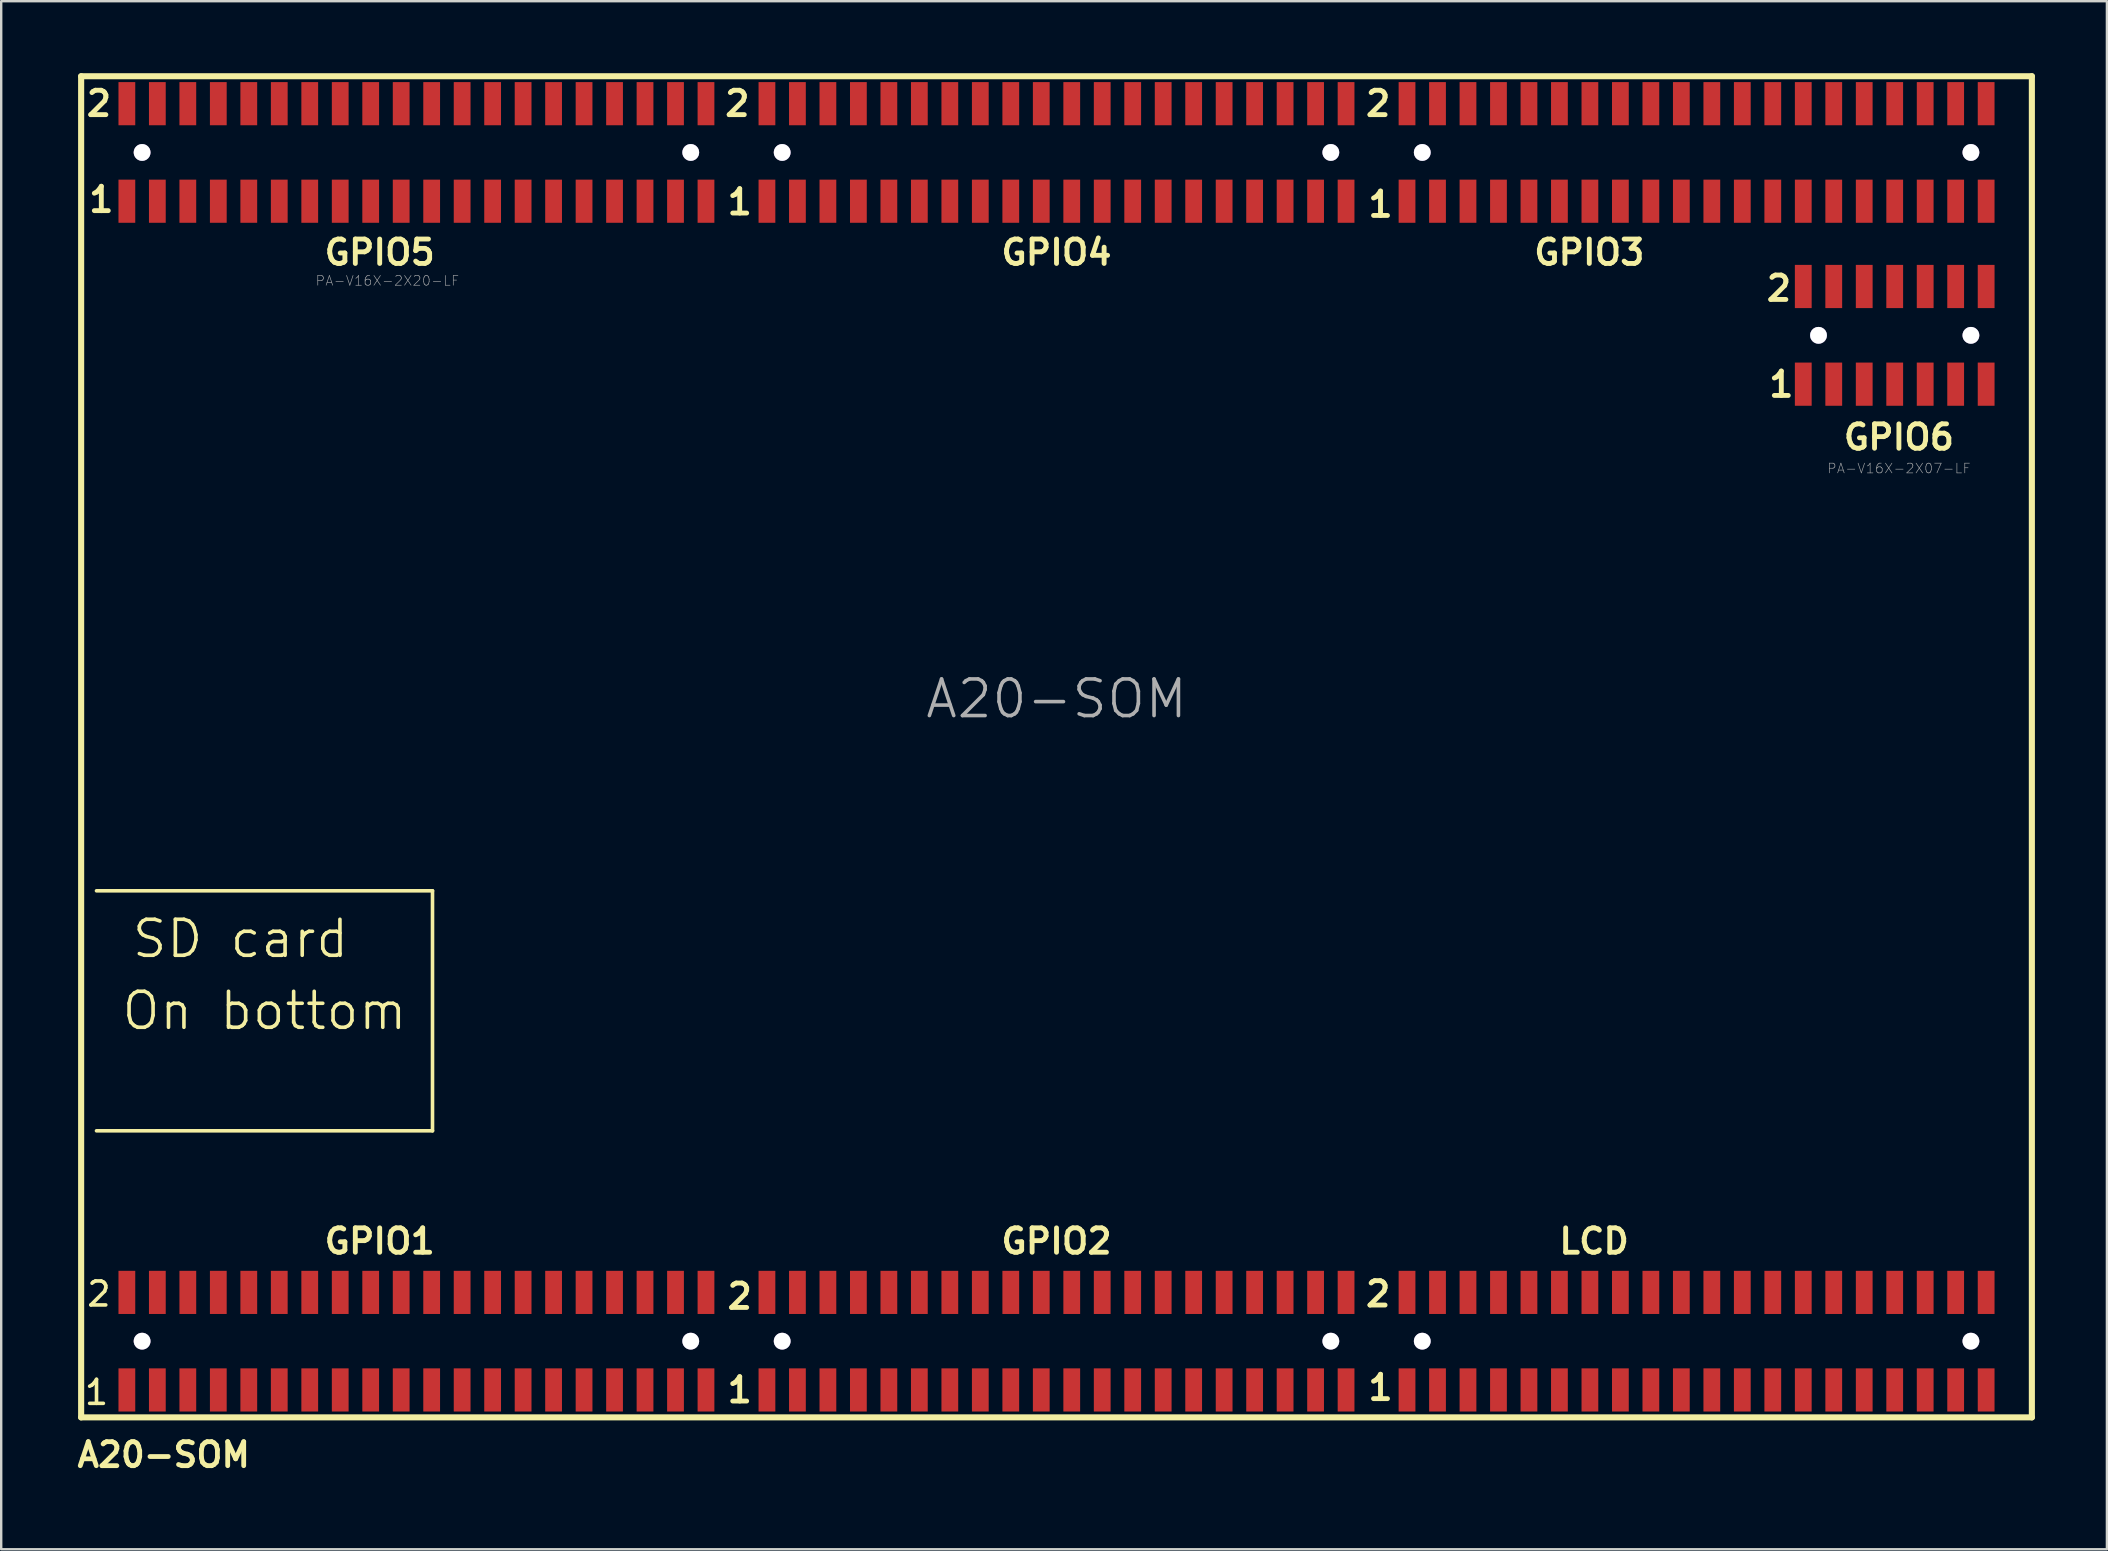
<source format=kicad_pcb>
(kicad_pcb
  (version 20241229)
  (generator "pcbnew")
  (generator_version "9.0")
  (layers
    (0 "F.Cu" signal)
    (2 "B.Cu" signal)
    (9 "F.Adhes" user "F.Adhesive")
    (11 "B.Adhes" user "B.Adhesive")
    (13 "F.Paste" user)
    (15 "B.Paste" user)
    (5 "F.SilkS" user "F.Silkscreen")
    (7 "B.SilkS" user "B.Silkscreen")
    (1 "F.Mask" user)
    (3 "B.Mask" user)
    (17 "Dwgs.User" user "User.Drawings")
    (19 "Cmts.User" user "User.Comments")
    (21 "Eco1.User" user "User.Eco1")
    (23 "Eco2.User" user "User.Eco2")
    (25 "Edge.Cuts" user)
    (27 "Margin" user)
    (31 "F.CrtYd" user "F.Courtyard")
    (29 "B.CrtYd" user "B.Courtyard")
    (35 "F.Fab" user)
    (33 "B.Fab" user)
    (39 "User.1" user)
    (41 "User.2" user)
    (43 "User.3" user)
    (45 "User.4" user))
  (footprint "A20-SOM"
    (layer "F.Cu")
    (at 40.971 28.067)
    (property "Reference" "A20-SOM" (at 0 -2 0) (layer "F.Fab") (effects (font (size 1.524 1.524) (thickness 0.15))))
    (attr smd)
    (fp_line (start -40.64 -27.94) (end 40.64 -27.94) (stroke (width 0.254) (type solid)) (layer "F.SilkS"))
    (fp_line (start -40.64 27.94) (end -40.64 -27.94) (stroke (width 0.254) (type solid)) (layer "F.SilkS"))
    (fp_line (start -40 16) (end -26 16) (stroke (width 0.15) (type solid)) (layer "F.SilkS"))
    (fp_line (start -26 6) (end -40 6) (stroke (width 0.15) (type solid)) (layer "F.SilkS"))
    (fp_line (start -26 16) (end -26 6) (stroke (width 0.15) (type solid)) (layer "F.SilkS"))
    (fp_line (start 40.64 -27.94) (end 40.64 27.94) (stroke (width 0.254) (type solid)) (layer "F.SilkS"))
    (fp_line (start 40.64 27.94) (end -40.64 27.94) (stroke (width 0.254) (type solid)) (layer "F.SilkS"))
    (fp_circle (center -38.1 -24.765) (end -38.273 -24.938) (stroke (width 0.127) (type solid)) (fill no) (layer "F.SilkS"))
    (fp_circle (center -38.1 24.765) (end -38.273 24.938) (stroke (width 0.127) (type solid)) (fill no) (layer "F.SilkS"))
    (fp_circle (center -15.24 -24.765) (end -15.413 -24.938) (stroke (width 0.127) (type solid)) (fill no) (layer "F.SilkS"))
    (fp_circle (center -15.24 24.765) (end -15.413 24.938) (stroke (width 0.127) (type solid)) (fill no) (layer "F.SilkS"))
    (fp_circle (center -11.43 -24.765) (end -11.603 -24.938) (stroke (width 0.127) (type solid)) (fill no) (layer "F.SilkS"))
    (fp_circle (center -11.43 24.765) (end -11.603 24.938) (stroke (width 0.127) (type solid)) (fill no) (layer "F.SilkS"))
    (fp_circle (center 11.43 -24.765) (end 11.603 -24.938) (stroke (width 0.127) (type solid)) (fill no) (layer "F.SilkS"))
    (fp_circle (center 11.43 24.765) (end 11.603 24.938) (stroke (width 0.127) (type solid)) (fill no) (layer "F.SilkS"))
    (fp_circle (center 15.24 -24.765) (end 15.413 -24.938) (stroke (width 0.127) (type solid)) (fill no) (layer "F.SilkS"))
    (fp_circle (center 15.24 24.765) (end 15.413 24.938) (stroke (width 0.127) (type solid)) (fill no) (layer "F.SilkS"))
    (fp_circle (center 31.75 -17.161) (end 31.578 -17.334) (stroke (width 0.127) (type solid)) (fill no) (layer "F.SilkS"))
    (fp_circle (center 38.1 -24.765) (end 38.273 -24.938) (stroke (width 0.127) (type solid)) (fill no) (layer "F.SilkS"))
    (fp_circle (center 38.1 -17.145) (end 37.978 -17.334) (stroke (width 0.127) (type solid)) (fill no) (layer "F.SilkS"))
    (fp_circle (center 38.1 24.765) (end 38.273 24.938) (stroke (width 0.127) (type solid)) (fill no) (layer "F.SilkS"))
    (fp_text user "2" (at -13.2 22.9 0) (layer "F.SilkS") (effects (font (size 1.016 1.016) (thickness 0.203))))
    (fp_text user "1" (at -13.2 -22.7 0) (layer "F.SilkS") (effects (font (size 1.016 1.016) (thickness 0.203))))
    (fp_text user "GPIO2" (at 0 20.6 0) (layer "F.SilkS") (effects (font (size 1.016 1.016) (thickness 0.203))))
    (fp_text user "2" (at 13.4 -26.8 0) (layer "F.SilkS") (effects (font (size 1.016 1.016) (thickness 0.203))))
    (fp_text user "1" (at 13.5 -22.6 0) (layer "F.SilkS") (effects (font (size 1.016 1.016) (thickness 0.203))))
    (fp_text user "A20-SOM" (at -37.2 29.5 0) (layer "F.SilkS") (effects (font (size 1 1) (thickness 0.2))))
    (fp_text user "On bottom" (at -33 11 0) (layer "F.SilkS") (effects (font (size 1.5 1.5) (thickness 0.15))))
    (fp_text user "SD card" (at -34 8 0) (layer "F.SilkS") (effects (font (size 1.5 1.5) (thickness 0.15))))
    (fp_text user "1" (at 30.2 -15.1 0) (layer "F.SilkS") (effects (font (size 1.016 1.016) (thickness 0.203))))
    (fp_text user "GPIO6" (at 35.1 -12.9 0) (layer "F.SilkS") (effects (font (size 1.016 1.016) (thickness 0.203))))
    (fp_text user "1" (at -39.8 -22.8 0) (layer "F.SilkS") (effects (font (size 1.016 1.016) (thickness 0.203))))
    (fp_text user "LCD" (at 22.4 20.6 0) (layer "F.SilkS") (effects (font (size 1.016 1.016) (thickness 0.203))))
    (fp_text user "GPIO1" (at -28.2 20.6 0) (layer "F.SilkS") (effects (font (size 1.016 1.016) (thickness 0.203))))
    (fp_text user "1" (at 13.5 26.7 0) (layer "F.SilkS") (effects (font (size 1.016 1.016) (thickness 0.203))))
    (fp_text user "2" (at -39.9 22.8 0) (layer "F.SilkS") (effects (font (size 1 1) (thickness 0.15))))
    (fp_text user "GPIO4" (at 0 -20.6 0) (layer "F.SilkS") (effects (font (size 1.016 1.016) (thickness 0.203))))
    (fp_text user "1" (at -40 26.9 0) (layer "F.SilkS") (effects (font (size 1 1) (thickness 0.15))))
    (fp_text user "2" (at -39.9 -26.8 0) (layer "F.SilkS") (effects (font (size 1.016 1.016) (thickness 0.203))))
    (fp_text user "2" (at 30.1 -19.1 0) (layer "F.SilkS") (effects (font (size 1.016 1.016) (thickness 0.203))))
    (fp_text user "GPIO5" (at -28.2 -20.6 0) (layer "F.SilkS") (effects (font (size 1.016 1.016) (thickness 0.203))))
    (fp_text user "GPIO3" (at 22.2 -20.6 0) (layer "F.SilkS") (effects (font (size 1.016 1.016) (thickness 0.203))))
    (fp_text user "1" (at -13.2 26.8 0) (layer "F.SilkS") (effects (font (size 1.016 1.016) (thickness 0.203))))
    (fp_text user "2" (at 13.4 22.8 0) (layer "F.SilkS") (effects (font (size 1.016 1.016) (thickness 0.203))))
    (fp_text user "2" (at -13.3 -26.8 0) (layer "F.SilkS") (effects (font (size 1.016 1.016) (thickness 0.203))))
    (fp_text user "PA-V16X-2X20-LF" (at -27.88 -19.42 0) (layer "F.Fab") (effects (font (size 0.406 0.406) (thickness 0.025))))
    (fp_text user "PA-V16X-2X07-LF" (at 35.1 -11.6 0) (layer "F.Fab") (effects (font (size 0.406 0.406) (thickness 0.025))))
    (pad "0" thru_hole circle (at -38.1 -24.765) (size 0.7 0.7) (drill 0.7) (layers "*.Cu"))
    (pad "1" thru_hole circle (at -15.24 -24.765) (size 0.7 0.7) (drill 0.7) (layers "*.Cu"))
    (pad "1-1" smd rect (at -38.735 26.797 270) (size 1.798 0.699) (layers "F.Cu" "F.Mask" "F.Paste"))
    (pad "1-2" smd rect (at -38.735 22.733 270) (size 1.798 0.699) (layers "F.Cu" "F.Mask" "F.Paste"))
    (pad "1-3" smd rect (at -37.465 26.797 270) (size 1.798 0.699) (layers "F.Cu" "F.Mask" "F.Paste"))
    (pad "1-4" smd rect (at -37.465 22.733 270) (size 1.798 0.699) (layers "F.Cu" "F.Mask" "F.Paste"))
    (pad "1-5" smd rect (at -36.195 26.797 270) (size 1.798 0.699) (layers "F.Cu" "F.Mask" "F.Paste"))
    (pad "1-6" smd rect (at -36.195 22.733 270) (size 1.798 0.699) (layers "F.Cu" "F.Mask" "F.Paste"))
    (pad "1-7" smd rect (at -34.925 26.797 270) (size 1.798 0.699) (layers "F.Cu" "F.Mask" "F.Paste"))
    (pad "1-8" smd rect (at -34.925 22.733 270) (size 1.798 0.699) (layers "F.Cu" "F.Mask" "F.Paste"))
    (pad "1-9" smd rect (at -33.655 26.797 270) (size 1.798 0.699) (layers "F.Cu" "F.Mask" "F.Paste"))
    (pad "1-10" smd rect (at -33.655 22.733 270) (size 1.798 0.699) (layers "F.Cu" "F.Mask" "F.Paste"))
    (pad "1-11" smd rect (at -32.385 26.797 270) (size 1.798 0.699) (layers "F.Cu" "F.Mask" "F.Paste"))
    (pad "1-12" smd rect (at -32.385 22.733 270) (size 1.798 0.699) (layers "F.Cu" "F.Mask" "F.Paste"))
    (pad "1-13" smd rect (at -31.115 26.797 90) (size 1.798 0.699) (layers "F.Cu" "F.Mask" "F.Paste"))
    (pad "1-14" smd rect (at -31.115 22.733 90) (size 1.798 0.699) (layers "F.Cu" "F.Mask" "F.Paste"))
    (pad "1-15" smd rect (at -29.845 26.797 90) (size 1.798 0.699) (layers "F.Cu" "F.Mask" "F.Paste"))
    (pad "1-16" smd rect (at -29.845 22.733 90) (size 1.798 0.699) (layers "F.Cu" "F.Mask" "F.Paste"))
    (pad "1-17" smd rect (at -28.575 26.797 90) (size 1.798 0.699) (layers "F.Cu" "F.Mask" "F.Paste"))
    (pad "1-18" smd rect (at -28.575 22.733 90) (size 1.798 0.699) (layers "F.Cu" "F.Mask" "F.Paste"))
    (pad "1-19" smd rect (at -27.305 26.797 90) (size 1.798 0.699) (layers "F.Cu" "F.Mask" "F.Paste"))
    (pad "1-20" smd rect (at -27.305 22.733 90) (size 1.798 0.699) (layers "F.Cu" "F.Mask" "F.Paste"))
    (pad "1-21" smd rect (at -26.035 26.797 90) (size 1.798 0.699) (layers "F.Cu" "F.Mask" "F.Paste"))
    (pad "1-22" smd rect (at -26.035 22.733 90) (size 1.798 0.699) (layers "F.Cu" "F.Mask" "F.Paste"))
    (pad "1-23" smd rect (at -24.765 26.797 90) (size 1.798 0.699) (layers "F.Cu" "F.Mask" "F.Paste"))
    (pad "1-24" smd rect (at -24.765 22.733 90) (size 1.798 0.699) (layers "F.Cu" "F.Mask" "F.Paste"))
    (pad "1-25" smd rect (at -23.495 26.797 90) (size 1.798 0.699) (layers "F.Cu" "F.Mask" "F.Paste"))
    (pad "1-26" smd rect (at -23.495 22.733 90) (size 1.798 0.699) (layers "F.Cu" "F.Mask" "F.Paste"))
    (pad "1-27" smd rect (at -22.225 26.797 90) (size 1.798 0.699) (layers "F.Cu" "F.Mask" "F.Paste"))
    (pad "1-28" smd rect (at -22.225 22.733 90) (size 1.798 0.699) (layers "F.Cu" "F.Mask" "F.Paste"))
    (pad "1-29" smd rect (at -20.955 26.797 90) (size 1.798 0.699) (layers "F.Cu" "F.Mask" "F.Paste"))
    (pad "1-30" smd rect (at -20.955 22.733 90) (size 1.798 0.699) (layers "F.Cu" "F.Mask" "F.Paste"))
    (pad "1-31" smd rect (at -19.685 26.797 90) (size 1.798 0.699) (layers "F.Cu" "F.Mask" "F.Paste"))
    (pad "1-32" smd rect (at -19.685 22.733 90) (size 1.798 0.699) (layers "F.Cu" "F.Mask" "F.Paste"))
    (pad "1-33" smd rect (at -18.415 26.797 90) (size 1.798 0.699) (layers "F.Cu" "F.Mask" "F.Paste"))
    (pad "1-34" smd rect (at -18.415 22.733 90) (size 1.798 0.699) (layers "F.Cu" "F.Mask" "F.Paste"))
    (pad "1-35" smd rect (at -17.145 26.797 90) (size 1.798 0.699) (layers "F.Cu" "F.Mask" "F.Paste"))
    (pad "1-36" smd rect (at -17.145 22.733 90) (size 1.798 0.699) (layers "F.Cu" "F.Mask" "F.Paste"))
    (pad "1-37" smd rect (at -15.875 26.797 90) (size 1.798 0.699) (layers "F.Cu" "F.Mask" "F.Paste"))
    (pad "1-38" smd rect (at -15.875 22.733 90) (size 1.798 0.699) (layers "F.Cu" "F.Mask" "F.Paste"))
    (pad "1-39" smd rect (at -14.605 26.797 90) (size 1.798 0.699) (layers "F.Cu" "F.Mask" "F.Paste"))
    (pad "1-40" smd rect (at -14.605 22.733 90) (size 1.798 0.699) (layers "F.Cu" "F.Mask" "F.Paste"))
    (pad "2" thru_hole circle (at -11.43 -24.765) (size 0.7 0.7) (drill 0.7) (layers "*.Cu"))
    (pad "2-1" smd rect (at -12.065 26.797 270) (size 1.798 0.699) (layers "F.Cu" "F.Mask" "F.Paste"))
    (pad "2-2" smd rect (at -12.065 22.733 270) (size 1.798 0.699) (layers "F.Cu" "F.Mask" "F.Paste"))
    (pad "2-3" smd rect (at -10.795 26.797 270) (size 1.798 0.699) (layers "F.Cu" "F.Mask" "F.Paste"))
    (pad "2-4" smd rect (at -10.795 22.733 270) (size 1.798 0.699) (layers "F.Cu" "F.Mask" "F.Paste"))
    (pad "2-5" smd rect (at -9.525 26.797 270) (size 1.798 0.699) (layers "F.Cu" "F.Mask" "F.Paste"))
    (pad "2-6" smd rect (at -9.525 22.733 270) (size 1.798 0.699) (layers "F.Cu" "F.Mask" "F.Paste"))
    (pad "2-7" smd rect (at -8.255 26.797 270) (size 1.798 0.699) (layers "F.Cu" "F.Mask" "F.Paste"))
    (pad "2-8" smd rect (at -8.255 22.733 270) (size 1.798 0.699) (layers "F.Cu" "F.Mask" "F.Paste"))
    (pad "2-9" smd rect (at -6.985 26.797 270) (size 1.798 0.699) (layers "F.Cu" "F.Mask" "F.Paste"))
    (pad "2-10" smd rect (at -6.985 22.733 270) (size 1.798 0.699) (layers "F.Cu" "F.Mask" "F.Paste"))
    (pad "2-11" smd rect (at -5.715 26.797 270) (size 1.798 0.699) (layers "F.Cu" "F.Mask" "F.Paste"))
    (pad "2-12" smd rect (at -5.715 22.733 270) (size 1.798 0.699) (layers "F.Cu" "F.Mask" "F.Paste"))
    (pad "2-13" smd rect (at -4.445 26.797 90) (size 1.798 0.699) (layers "F.Cu" "F.Mask" "F.Paste"))
    (pad "2-14" smd rect (at -4.445 22.733 90) (size 1.798 0.699) (layers "F.Cu" "F.Mask" "F.Paste"))
    (pad "2-15" smd rect (at -3.175 26.797 90) (size 1.798 0.699) (layers "F.Cu" "F.Mask" "F.Paste"))
    (pad "2-16" smd rect (at -3.175 22.733 90) (size 1.798 0.699) (layers "F.Cu" "F.Mask" "F.Paste"))
    (pad "2-17" smd rect (at -1.905 26.797 90) (size 1.798 0.699) (layers "F.Cu" "F.Mask" "F.Paste"))
    (pad "2-18" smd rect (at -1.905 22.733 90) (size 1.798 0.699) (layers "F.Cu" "F.Mask" "F.Paste"))
    (pad "2-19" smd rect (at -0.635 26.797 90) (size 1.798 0.699) (layers "F.Cu" "F.Mask" "F.Paste"))
    (pad "2-20" smd rect (at -0.635 22.733 90) (size 1.798 0.699) (layers "F.Cu" "F.Mask" "F.Paste"))
    (pad "2-21" smd rect (at 0.635 26.797 90) (size 1.798 0.699) (layers "F.Cu" "F.Mask" "F.Paste"))
    (pad "2-22" smd rect (at 0.635 22.733 90) (size 1.798 0.699) (layers "F.Cu" "F.Mask" "F.Paste"))
    (pad "2-23" smd rect (at 1.905 26.797 90) (size 1.798 0.699) (layers "F.Cu" "F.Mask" "F.Paste"))
    (pad "2-24" smd rect (at 1.905 22.733 90) (size 1.798 0.699) (layers "F.Cu" "F.Mask" "F.Paste"))
    (pad "2-25" smd rect (at 3.175 26.797 90) (size 1.798 0.699) (layers "F.Cu" "F.Mask" "F.Paste"))
    (pad "2-26" smd rect (at 3.175 22.733 90) (size 1.798 0.699) (layers "F.Cu" "F.Mask" "F.Paste"))
    (pad "2-27" smd rect (at 4.445 26.797 90) (size 1.798 0.699) (layers "F.Cu" "F.Mask" "F.Paste"))
    (pad "2-28" smd rect (at 4.445 22.733 90) (size 1.798 0.699) (layers "F.Cu" "F.Mask" "F.Paste"))
    (pad "2-29" smd rect (at 5.715 26.797 90) (size 1.798 0.699) (layers "F.Cu" "F.Mask" "F.Paste"))
    (pad "2-30" smd rect (at 5.715 22.733 90) (size 1.798 0.699) (layers "F.Cu" "F.Mask" "F.Paste"))
    (pad "2-31" smd rect (at 6.985 26.797 90) (size 1.798 0.699) (layers "F.Cu" "F.Mask" "F.Paste"))
    (pad "2-32" smd rect (at 6.985 22.733 90) (size 1.798 0.699) (layers "F.Cu" "F.Mask" "F.Paste"))
    (pad "2-33" smd rect (at 8.255 26.797 90) (size 1.798 0.699) (layers "F.Cu" "F.Mask" "F.Paste"))
    (pad "2-34" smd rect (at 8.255 22.733 90) (size 1.798 0.699) (layers "F.Cu" "F.Mask" "F.Paste"))
    (pad "2-35" smd rect (at 9.525 26.797 90) (size 1.798 0.699) (layers "F.Cu" "F.Mask" "F.Paste"))
    (pad "2-36" smd rect (at 9.525 22.733 90) (size 1.798 0.699) (layers "F.Cu" "F.Mask" "F.Paste"))
    (pad "2-37" smd rect (at 10.795 26.797 90) (size 1.798 0.699) (layers "F.Cu" "F.Mask" "F.Paste"))
    (pad "2-38" smd rect (at 10.795 22.733 90) (size 1.798 0.699) (layers "F.Cu" "F.Mask" "F.Paste"))
    (pad "2-39" smd rect (at 12.065 26.797 90) (size 1.798 0.699) (layers "F.Cu" "F.Mask" "F.Paste"))
    (pad "2-40" smd rect (at 12.065 22.733 90) (size 1.798 0.699) (layers "F.Cu" "F.Mask" "F.Paste"))
    (pad "3" thru_hole circle (at 11.43 -24.765) (size 0.7 0.7) (drill 0.7) (layers "*.Cu"))
    (pad "3-1" smd rect (at 14.605 -22.733 270) (size 1.798 0.699) (layers "F.Cu" "F.Mask" "F.Paste"))
    (pad "3-2" smd rect (at 14.605 -26.797 270) (size 1.798 0.699) (layers "F.Cu" "F.Mask" "F.Paste"))
    (pad "3-3" smd rect (at 15.875 -22.733 270) (size 1.798 0.699) (layers "F.Cu" "F.Mask" "F.Paste"))
    (pad "3-4" smd rect (at 15.875 -26.797 270) (size 1.798 0.699) (layers "F.Cu" "F.Mask" "F.Paste"))
    (pad "3-5" smd rect (at 17.145 -22.733 270) (size 1.798 0.699) (layers "F.Cu" "F.Mask" "F.Paste"))
    (pad "3-6" smd rect (at 17.145 -26.797 270) (size 1.798 0.699) (layers "F.Cu" "F.Mask" "F.Paste"))
    (pad "3-7" smd rect (at 18.415 -22.733 270) (size 1.798 0.699) (layers "F.Cu" "F.Mask" "F.Paste"))
    (pad "3-8" smd rect (at 18.415 -26.797 270) (size 1.798 0.699) (layers "F.Cu" "F.Mask" "F.Paste"))
    (pad "3-9" smd rect (at 19.685 -22.733 270) (size 1.798 0.699) (layers "F.Cu" "F.Mask" "F.Paste"))
    (pad "3-10" smd rect (at 19.685 -26.797 270) (size 1.798 0.699) (layers "F.Cu" "F.Mask" "F.Paste"))
    (pad "3-11" smd rect (at 20.955 -22.733 270) (size 1.798 0.699) (layers "F.Cu" "F.Mask" "F.Paste"))
    (pad "3-12" smd rect (at 20.955 -26.797 270) (size 1.798 0.699) (layers "F.Cu" "F.Mask" "F.Paste"))
    (pad "3-13" smd rect (at 22.225 -22.733 90) (size 1.798 0.699) (layers "F.Cu" "F.Mask" "F.Paste"))
    (pad "3-14" smd rect (at 22.225 -26.797 90) (size 1.798 0.699) (layers "F.Cu" "F.Mask" "F.Paste"))
    (pad "3-15" smd rect (at 23.495 -22.733 90) (size 1.798 0.699) (layers "F.Cu" "F.Mask" "F.Paste"))
    (pad "3-16" smd rect (at 23.495 -26.797 90) (size 1.798 0.699) (layers "F.Cu" "F.Mask" "F.Paste"))
    (pad "3-17" smd rect (at 24.765 -22.733 90) (size 1.798 0.699) (layers "F.Cu" "F.Mask" "F.Paste"))
    (pad "3-18" smd rect (at 24.765 -26.797 90) (size 1.798 0.699) (layers "F.Cu" "F.Mask" "F.Paste"))
    (pad "3-19" smd rect (at 26.035 -22.733 90) (size 1.798 0.699) (layers "F.Cu" "F.Mask" "F.Paste"))
    (pad "3-20" smd rect (at 26.035 -26.797 90) (size 1.798 0.699) (layers "F.Cu" "F.Mask" "F.Paste"))
    (pad "3-21" smd rect (at 27.305 -22.733 90) (size 1.798 0.699) (layers "F.Cu" "F.Mask" "F.Paste"))
    (pad "3-22" smd rect (at 27.305 -26.797 90) (size 1.798 0.699) (layers "F.Cu" "F.Mask" "F.Paste"))
    (pad "3-23" smd rect (at 28.575 -22.733 90) (size 1.798 0.699) (layers "F.Cu" "F.Mask" "F.Paste"))
    (pad "3-24" smd rect (at 28.575 -26.797 90) (size 1.798 0.699) (layers "F.Cu" "F.Mask" "F.Paste"))
    (pad "3-25" smd rect (at 29.845 -22.733 90) (size 1.798 0.699) (layers "F.Cu" "F.Mask" "F.Paste"))
    (pad "3-26" smd rect (at 29.845 -26.797 90) (size 1.798 0.699) (layers "F.Cu" "F.Mask" "F.Paste"))
    (pad "3-27" smd rect (at 31.115 -22.733 90) (size 1.798 0.699) (layers "F.Cu" "F.Mask" "F.Paste"))
    (pad "3-28" smd rect (at 31.115 -26.797 90) (size 1.798 0.699) (layers "F.Cu" "F.Mask" "F.Paste"))
    (pad "3-29" smd rect (at 32.385 -22.733 90) (size 1.798 0.699) (layers "F.Cu" "F.Mask" "F.Paste"))
    (pad "3-30" smd rect (at 32.385 -26.797 90) (size 1.798 0.699) (layers "F.Cu" "F.Mask" "F.Paste"))
    (pad "3-31" smd rect (at 33.655 -22.733 90) (size 1.798 0.699) (layers "F.Cu" "F.Mask" "F.Paste"))
    (pad "3-32" smd rect (at 33.655 -26.797 90) (size 1.798 0.699) (layers "F.Cu" "F.Mask" "F.Paste"))
    (pad "3-33" smd rect (at 34.925 -22.733 90) (size 1.798 0.699) (layers "F.Cu" "F.Mask" "F.Paste"))
    (pad "3-34" smd rect (at 34.925 -26.797 90) (size 1.798 0.699) (layers "F.Cu" "F.Mask" "F.Paste"))
    (pad "3-35" smd rect (at 36.195 -22.733 90) (size 1.798 0.699) (layers "F.Cu" "F.Mask" "F.Paste"))
    (pad "3-36" smd rect (at 36.195 -26.797 90) (size 1.798 0.699) (layers "F.Cu" "F.Mask" "F.Paste"))
    (pad "3-37" smd rect (at 37.465 -22.733 90) (size 1.798 0.699) (layers "F.Cu" "F.Mask" "F.Paste"))
    (pad "3-38" smd rect (at 37.465 -26.797 90) (size 1.798 0.699) (layers "F.Cu" "F.Mask" "F.Paste"))
    (pad "3-39" smd rect (at 38.735 -22.733 90) (size 1.798 0.699) (layers "F.Cu" "F.Mask" "F.Paste"))
    (pad "3-40" smd rect (at 38.735 -26.797 90) (size 1.798 0.699) (layers "F.Cu" "F.Mask" "F.Paste"))
    (pad "4" thru_hole circle (at 15.24 -24.765) (size 0.7 0.7) (drill 0.7) (layers "*.Cu"))
    (pad "4-1" smd rect (at -12.065 -22.733 270) (size 1.798 0.699) (layers "F.Cu" "F.Mask" "F.Paste"))
    (pad "4-2" smd rect (at -12.065 -26.797 270) (size 1.798 0.699) (layers "F.Cu" "F.Mask" "F.Paste"))
    (pad "4-3" smd rect (at -10.795 -22.733 270) (size 1.798 0.699) (layers "F.Cu" "F.Mask" "F.Paste"))
    (pad "4-4" smd rect (at -10.795 -26.797 270) (size 1.798 0.699) (layers "F.Cu" "F.Mask" "F.Paste"))
    (pad "4-5" smd rect (at -9.525 -22.733 270) (size 1.798 0.699) (layers "F.Cu" "F.Mask" "F.Paste"))
    (pad "4-6" smd rect (at -9.525 -26.797 270) (size 1.798 0.699) (layers "F.Cu" "F.Mask" "F.Paste"))
    (pad "4-7" smd rect (at -8.255 -22.733 270) (size 1.798 0.699) (layers "F.Cu" "F.Mask" "F.Paste"))
    (pad "4-8" smd rect (at -8.255 -26.797 270) (size 1.798 0.699) (layers "F.Cu" "F.Mask" "F.Paste"))
    (pad "4-9" smd rect (at -6.985 -22.733 270) (size 1.798 0.699) (layers "F.Cu" "F.Mask" "F.Paste"))
    (pad "4-10" smd rect (at -6.985 -26.797 270) (size 1.798 0.699) (layers "F.Cu" "F.Mask" "F.Paste"))
    (pad "4-11" smd rect (at -5.715 -22.733 270) (size 1.798 0.699) (layers "F.Cu" "F.Mask" "F.Paste"))
    (pad "4-12" smd rect (at -5.715 -26.797 270) (size 1.798 0.699) (layers "F.Cu" "F.Mask" "F.Paste"))
    (pad "4-13" smd rect (at -4.445 -22.733 90) (size 1.798 0.699) (layers "F.Cu" "F.Mask" "F.Paste"))
    (pad "4-14" smd rect (at -4.445 -26.797 90) (size 1.798 0.699) (layers "F.Cu" "F.Mask" "F.Paste"))
    (pad "4-15" smd rect (at -3.175 -22.733 90) (size 1.798 0.699) (layers "F.Cu" "F.Mask" "F.Paste"))
    (pad "4-16" smd rect (at -3.175 -26.797 90) (size 1.798 0.699) (layers "F.Cu" "F.Mask" "F.Paste"))
    (pad "4-17" smd rect (at -1.905 -22.733 90) (size 1.798 0.699) (layers "F.Cu" "F.Mask" "F.Paste"))
    (pad "4-18" smd rect (at -1.905 -26.797 90) (size 1.798 0.699) (layers "F.Cu" "F.Mask" "F.Paste"))
    (pad "4-19" smd rect (at -0.635 -22.733 90) (size 1.798 0.699) (layers "F.Cu" "F.Mask" "F.Paste"))
    (pad "4-20" smd rect (at -0.635 -26.797 90) (size 1.798 0.699) (layers "F.Cu" "F.Mask" "F.Paste"))
    (pad "4-21" smd rect (at 0.635 -22.733 90) (size 1.798 0.699) (layers "F.Cu" "F.Mask" "F.Paste"))
    (pad "4-22" smd rect (at 0.635 -26.797 90) (size 1.798 0.699) (layers "F.Cu" "F.Mask" "F.Paste"))
    (pad "4-23" smd rect (at 1.905 -22.733 90) (size 1.798 0.699) (layers "F.Cu" "F.Mask" "F.Paste"))
    (pad "4-24" smd rect (at 1.905 -26.797 90) (size 1.798 0.699) (layers "F.Cu" "F.Mask" "F.Paste"))
    (pad "4-25" smd rect (at 3.175 -22.733 90) (size 1.798 0.699) (layers "F.Cu" "F.Mask" "F.Paste"))
    (pad "4-26" smd rect (at 3.175 -26.797 90) (size 1.798 0.699) (layers "F.Cu" "F.Mask" "F.Paste"))
    (pad "4-27" smd rect (at 4.445 -22.733 90) (size 1.798 0.699) (layers "F.Cu" "F.Mask" "F.Paste"))
    (pad "4-28" smd rect (at 4.445 -26.797 90) (size 1.798 0.699) (layers "F.Cu" "F.Mask" "F.Paste"))
    (pad "4-29" smd rect (at 5.715 -22.733 90) (size 1.798 0.699) (layers "F.Cu" "F.Mask" "F.Paste"))
    (pad "4-30" smd rect (at 5.715 -26.797 90) (size 1.798 0.699) (layers "F.Cu" "F.Mask" "F.Paste"))
    (pad "4-31" smd rect (at 6.985 -22.733 90) (size 1.798 0.699) (layers "F.Cu" "F.Mask" "F.Paste"))
    (pad "4-32" smd rect (at 6.985 -26.797 90) (size 1.798 0.699) (layers "F.Cu" "F.Mask" "F.Paste"))
    (pad "4-33" smd rect (at 8.255 -22.733 90) (size 1.798 0.699) (layers "F.Cu" "F.Mask" "F.Paste"))
    (pad "4-34" smd rect (at 8.255 -26.797 90) (size 1.798 0.699) (layers "F.Cu" "F.Mask" "F.Paste"))
    (pad "4-35" smd rect (at 9.525 -22.733 90) (size 1.798 0.699) (layers "F.Cu" "F.Mask" "F.Paste"))
    (pad "4-36" smd rect (at 9.525 -26.797 90) (size 1.798 0.699) (layers "F.Cu" "F.Mask" "F.Paste"))
    (pad "4-37" smd rect (at 10.795 -22.733 90) (size 1.798 0.699) (layers "F.Cu" "F.Mask" "F.Paste"))
    (pad "4-38" smd rect (at 10.795 -26.797 90) (size 1.798 0.699) (layers "F.Cu" "F.Mask" "F.Paste"))
    (pad "4-39" smd rect (at 12.065 -22.733 90) (size 1.798 0.699) (layers "F.Cu" "F.Mask" "F.Paste"))
    (pad "4-40" smd rect (at 12.065 -26.797 90) (size 1.798 0.699) (layers "F.Cu" "F.Mask" "F.Paste"))
    (pad "5" thru_hole circle (at 38.1 -24.765) (size 0.7 0.7) (drill 0.7) (layers "*.Cu"))
    (pad "5-1" smd rect (at -38.735 -22.733 270) (size 1.798 0.699) (layers "F.Cu" "F.Mask" "F.Paste"))
    (pad "5-2" smd rect (at -38.735 -26.797 270) (size 1.798 0.699) (layers "F.Cu" "F.Mask" "F.Paste"))
    (pad "5-3" smd rect (at -37.465 -22.733 270) (size 1.798 0.699) (layers "F.Cu" "F.Mask" "F.Paste"))
    (pad "5-4" smd rect (at -37.465 -26.797 270) (size 1.798 0.699) (layers "F.Cu" "F.Mask" "F.Paste"))
    (pad "5-5" smd rect (at -36.195 -22.733 270) (size 1.798 0.699) (layers "F.Cu" "F.Mask" "F.Paste"))
    (pad "5-6" smd rect (at -36.195 -26.797 270) (size 1.798 0.699) (layers "F.Cu" "F.Mask" "F.Paste"))
    (pad "5-7" smd rect (at -34.925 -22.733 270) (size 1.798 0.699) (layers "F.Cu" "F.Mask" "F.Paste"))
    (pad "5-8" smd rect (at -34.925 -26.797 270) (size 1.798 0.699) (layers "F.Cu" "F.Mask" "F.Paste"))
    (pad "5-9" smd rect (at -33.655 -22.733 270) (size 1.798 0.699) (layers "F.Cu" "F.Mask" "F.Paste"))
    (pad "5-10" smd rect (at -33.655 -26.797 270) (size 1.798 0.699) (layers "F.Cu" "F.Mask" "F.Paste"))
    (pad "5-11" smd rect (at -32.385 -22.733 270) (size 1.798 0.699) (layers "F.Cu" "F.Mask" "F.Paste"))
    (pad "5-12" smd rect (at -32.385 -26.797 270) (size 1.798 0.699) (layers "F.Cu" "F.Mask" "F.Paste"))
    (pad "5-13" smd rect (at -31.115 -22.733 90) (size 1.798 0.699) (layers "F.Cu" "F.Mask" "F.Paste"))
    (pad "5-14" smd rect (at -31.115 -26.797 90) (size 1.798 0.699) (layers "F.Cu" "F.Mask" "F.Paste"))
    (pad "5-15" smd rect (at -29.845 -22.733 90) (size 1.798 0.699) (layers "F.Cu" "F.Mask" "F.Paste"))
    (pad "5-16" smd rect (at -29.845 -26.797 90) (size 1.798 0.699) (layers "F.Cu" "F.Mask" "F.Paste"))
    (pad "5-17" smd rect (at -28.575 -22.733 90) (size 1.798 0.699) (layers "F.Cu" "F.Mask" "F.Paste"))
    (pad "5-18" smd rect (at -28.575 -26.797 90) (size 1.798 0.699) (layers "F.Cu" "F.Mask" "F.Paste"))
    (pad "5-19" smd rect (at -27.305 -22.733 90) (size 1.798 0.699) (layers "F.Cu" "F.Mask" "F.Paste"))
    (pad "5-20" smd rect (at -27.305 -26.797 90) (size 1.798 0.699) (layers "F.Cu" "F.Mask" "F.Paste"))
    (pad "5-21" smd rect (at -26.035 -22.733 90) (size 1.798 0.699) (layers "F.Cu" "F.Mask" "F.Paste"))
    (pad "5-22" smd rect (at -26.035 -26.797 90) (size 1.798 0.699) (layers "F.Cu" "F.Mask" "F.Paste"))
    (pad "5-23" smd rect (at -24.765 -22.733 90) (size 1.798 0.699) (layers "F.Cu" "F.Mask" "F.Paste"))
    (pad "5-24" smd rect (at -24.765 -26.797 90) (size 1.798 0.699) (layers "F.Cu" "F.Mask" "F.Paste"))
    (pad "5-25" smd rect (at -23.495 -22.733 90) (size 1.798 0.699) (layers "F.Cu" "F.Mask" "F.Paste"))
    (pad "5-26" smd rect (at -23.495 -26.797 90) (size 1.798 0.699) (layers "F.Cu" "F.Mask" "F.Paste"))
    (pad "5-27" smd rect (at -22.225 -22.733 90) (size 1.798 0.699) (layers "F.Cu" "F.Mask" "F.Paste"))
    (pad "5-28" smd rect (at -22.225 -26.797 90) (size 1.798 0.699) (layers "F.Cu" "F.Mask" "F.Paste"))
    (pad "5-29" smd rect (at -20.955 -22.733 90) (size 1.798 0.699) (layers "F.Cu" "F.Mask" "F.Paste"))
    (pad "5-30" smd rect (at -20.955 -26.797 90) (size 1.798 0.699) (layers "F.Cu" "F.Mask" "F.Paste"))
    (pad "5-31" smd rect (at -19.685 -22.733 90) (size 1.798 0.699) (layers "F.Cu" "F.Mask" "F.Paste"))
    (pad "5-32" smd rect (at -19.685 -26.797 90) (size 1.798 0.699) (layers "F.Cu" "F.Mask" "F.Paste"))
    (pad "5-33" smd rect (at -18.415 -22.733 90) (size 1.798 0.699) (layers "F.Cu" "F.Mask" "F.Paste"))
    (pad "5-34" smd rect (at -18.415 -26.797 90) (size 1.798 0.699) (layers "F.Cu" "F.Mask" "F.Paste"))
    (pad "5-35" smd rect (at -17.145 -22.733 90) (size 1.798 0.699) (layers "F.Cu" "F.Mask" "F.Paste"))
    (pad "5-36" smd rect (at -17.145 -26.797 90) (size 1.798 0.699) (layers "F.Cu" "F.Mask" "F.Paste"))
    (pad "5-37" smd rect (at -15.875 -22.733 90) (size 1.798 0.699) (layers "F.Cu" "F.Mask" "F.Paste"))
    (pad "5-38" smd rect (at -15.875 -26.797 90) (size 1.798 0.699) (layers "F.Cu" "F.Mask" "F.Paste"))
    (pad "5-39" smd rect (at -14.605 -22.733 90) (size 1.798 0.699) (layers "F.Cu" "F.Mask" "F.Paste"))
    (pad "5-40" smd rect (at -14.605 -26.797 90) (size 1.798 0.699) (layers "F.Cu" "F.Mask" "F.Paste"))
    (pad "6" thru_hole circle (at -38.1 24.765) (size 0.7 0.7) (drill 0.7) (layers "*.Cu"))
    (pad "6-1" smd rect (at 14.605 26.797 270) (size 1.798 0.699) (layers "F.Cu" "F.Mask" "F.Paste"))
    (pad "6-2" smd rect (at 14.605 22.733 270) (size 1.798 0.699) (layers "F.Cu" "F.Mask" "F.Paste"))
    (pad "6-3" smd rect (at 15.875 26.797 270) (size 1.798 0.699) (layers "F.Cu" "F.Mask" "F.Paste"))
    (pad "6-4" smd rect (at 15.875 22.733 270) (size 1.798 0.699) (layers "F.Cu" "F.Mask" "F.Paste"))
    (pad "6-5" smd rect (at 17.145 26.797 270) (size 1.798 0.699) (layers "F.Cu" "F.Mask" "F.Paste"))
    (pad "6-6" smd rect (at 17.145 22.733 270) (size 1.798 0.699) (layers "F.Cu" "F.Mask" "F.Paste"))
    (pad "6-7" smd rect (at 18.415 26.797 270) (size 1.798 0.699) (layers "F.Cu" "F.Mask" "F.Paste"))
    (pad "6-8" smd rect (at 18.415 22.733 270) (size 1.798 0.699) (layers "F.Cu" "F.Mask" "F.Paste"))
    (pad "6-9" smd rect (at 19.685 26.797 270) (size 1.798 0.699) (layers "F.Cu" "F.Mask" "F.Paste"))
    (pad "6-10" smd rect (at 19.685 22.733 270) (size 1.798 0.699) (layers "F.Cu" "F.Mask" "F.Paste"))
    (pad "6-11" smd rect (at 20.955 26.797 270) (size 1.798 0.699) (layers "F.Cu" "F.Mask" "F.Paste"))
    (pad "6-12" smd rect (at 20.955 22.733 270) (size 1.798 0.699) (layers "F.Cu" "F.Mask" "F.Paste"))
    (pad "6-13" smd rect (at 22.225 26.797 90) (size 1.798 0.699) (layers "F.Cu" "F.Mask" "F.Paste"))
    (pad "6-14" smd rect (at 22.225 22.733 90) (size 1.798 0.699) (layers "F.Cu" "F.Mask" "F.Paste"))
    (pad "6-15" smd rect (at 23.495 26.797 90) (size 1.798 0.699) (layers "F.Cu" "F.Mask" "F.Paste"))
    (pad "6-16" smd rect (at 23.495 22.733 90) (size 1.798 0.699) (layers "F.Cu" "F.Mask" "F.Paste"))
    (pad "6-17" smd rect (at 24.765 26.797 90) (size 1.798 0.699) (layers "F.Cu" "F.Mask" "F.Paste"))
    (pad "6-18" smd rect (at 24.765 22.733 90) (size 1.798 0.699) (layers "F.Cu" "F.Mask" "F.Paste"))
    (pad "6-19" smd rect (at 26.035 26.797 90) (size 1.798 0.699) (layers "F.Cu" "F.Mask" "F.Paste"))
    (pad "6-20" smd rect (at 26.035 22.733 90) (size 1.798 0.699) (layers "F.Cu" "F.Mask" "F.Paste"))
    (pad "6-21" smd rect (at 27.305 26.797 90) (size 1.798 0.699) (layers "F.Cu" "F.Mask" "F.Paste"))
    (pad "6-22" smd rect (at 27.305 22.733 90) (size 1.798 0.699) (layers "F.Cu" "F.Mask" "F.Paste"))
    (pad "6-23" smd rect (at 28.575 26.797 90) (size 1.798 0.699) (layers "F.Cu" "F.Mask" "F.Paste"))
    (pad "6-24" smd rect (at 28.575 22.733 90) (size 1.798 0.699) (layers "F.Cu" "F.Mask" "F.Paste"))
    (pad "6-25" smd rect (at 29.845 26.797 90) (size 1.798 0.699) (layers "F.Cu" "F.Mask" "F.Paste"))
    (pad "6-26" smd rect (at 29.845 22.733 90) (size 1.798 0.699) (layers "F.Cu" "F.Mask" "F.Paste"))
    (pad "6-27" smd rect (at 31.115 26.797 90) (size 1.798 0.699) (layers "F.Cu" "F.Mask" "F.Paste"))
    (pad "6-28" smd rect (at 31.115 22.733 90) (size 1.798 0.699) (layers "F.Cu" "F.Mask" "F.Paste"))
    (pad "6-29" smd rect (at 32.385 26.797 90) (size 1.798 0.699) (layers "F.Cu" "F.Mask" "F.Paste"))
    (pad "6-30" smd rect (at 32.385 22.733 90) (size 1.798 0.699) (layers "F.Cu" "F.Mask" "F.Paste"))
    (pad "6-31" smd rect (at 33.655 26.797 90) (size 1.798 0.699) (layers "F.Cu" "F.Mask" "F.Paste"))
    (pad "6-32" smd rect (at 33.655 22.733 90) (size 1.798 0.699) (layers "F.Cu" "F.Mask" "F.Paste"))
    (pad "6-33" smd rect (at 34.925 26.797 90) (size 1.798 0.699) (layers "F.Cu" "F.Mask" "F.Paste"))
    (pad "6-34" smd rect (at 34.925 22.733 90) (size 1.798 0.699) (layers "F.Cu" "F.Mask" "F.Paste"))
    (pad "6-35" smd rect (at 36.195 26.797 90) (size 1.798 0.699) (layers "F.Cu" "F.Mask" "F.Paste"))
    (pad "6-36" smd rect (at 36.195 22.733 90) (size 1.798 0.699) (layers "F.Cu" "F.Mask" "F.Paste"))
    (pad "6-37" smd rect (at 37.465 26.797 90) (size 1.798 0.699) (layers "F.Cu" "F.Mask" "F.Paste"))
    (pad "6-38" smd rect (at 37.465 22.733 90) (size 1.798 0.699) (layers "F.Cu" "F.Mask" "F.Paste"))
    (pad "6-39" smd rect (at 38.735 26.797 90) (size 1.798 0.699) (layers "F.Cu" "F.Mask" "F.Paste"))
    (pad "6-40" smd rect (at 38.735 22.733 90) (size 1.798 0.699) (layers "F.Cu" "F.Mask" "F.Paste"))
    (pad "7" thru_hole circle (at -15.24 24.765) (size 0.7 0.7) (drill 0.7) (layers "*.Cu"))
    (pad "7-1" smd rect (at 31.115 -15.11 270) (size 1.8 0.7) (layers "F.Cu" "F.Mask" "F.Paste"))
    (pad "7-2" smd rect (at 31.115 -19.18 270) (size 1.8 0.7) (layers "F.Cu" "F.Mask" "F.Paste"))
    (pad "7-3" smd rect (at 32.385 -15.11 270) (size 1.8 0.7) (layers "F.Cu" "F.Mask" "F.Paste"))
    (pad "7-4" smd rect (at 32.385 -19.18 270) (size 1.8 0.7) (layers "F.Cu" "F.Mask" "F.Paste"))
    (pad "7-5" smd rect (at 33.655 -15.11 270) (size 1.8 0.7) (layers "F.Cu" "F.Mask" "F.Paste"))
    (pad "7-6" smd rect (at 33.655 -19.18 270) (size 1.8 0.7) (layers "F.Cu" "F.Mask" "F.Paste"))
    (pad "7-7" smd rect (at 34.925 -15.11 270) (size 1.8 0.7) (layers "F.Cu" "F.Mask" "F.Paste"))
    (pad "7-8" smd rect (at 34.925 -19.18 270) (size 1.8 0.7) (layers "F.Cu" "F.Mask" "F.Paste"))
    (pad "7-9" smd rect (at 36.195 -15.11 270) (size 1.8 0.7) (layers "F.Cu" "F.Mask" "F.Paste"))
    (pad "7-10" smd rect (at 36.195 -19.18 270) (size 1.8 0.7) (layers "F.Cu" "F.Mask" "F.Paste"))
    (pad "7-11" smd rect (at 37.465 -15.11 270) (size 1.8 0.7) (layers "F.Cu" "F.Mask" "F.Paste"))
    (pad "7-12" smd rect (at 37.465 -19.18 270) (size 1.8 0.7) (layers "F.Cu" "F.Mask" "F.Paste"))
    (pad "7-13" smd rect (at 38.735 -15.11 90) (size 1.8 0.7) (layers "F.Cu" "F.Mask" "F.Paste"))
    (pad "7-14" smd rect (at 38.735 -19.18 90) (size 1.8 0.7) (layers "F.Cu" "F.Mask" "F.Paste"))
    (pad "8" thru_hole circle (at -11.43 24.765) (size 0.7 0.7) (drill 0.7) (layers "*.Cu"))
    (pad "9" thru_hole circle (at 11.43 24.765) (size 0.7 0.7) (drill 0.7) (layers "*.Cu"))
    (pad "10" thru_hole circle (at 15.24 24.765) (size 0.7 0.7) (drill 0.7) (layers "*.Cu"))
    (pad "11" thru_hole circle (at 38.1 24.765) (size 0.7 0.7) (drill 0.7) (layers "*.Cu"))
    (pad "12" thru_hole circle (at 31.75 -17.145) (size 0.7 0.7) (drill 0.7) (layers "*.Cu"))
    (pad "13" thru_hole circle (at 38.1 -17.145) (size 0.7 0.7) (drill 0.7) (layers "*.Cu")))
  (gr_rect
    (start -3 -3)
    (end 84.738 61.503)
    (stroke (width 0.1) (type default))
    (fill no)
    (layer "Edge.Cuts")))
</source>
